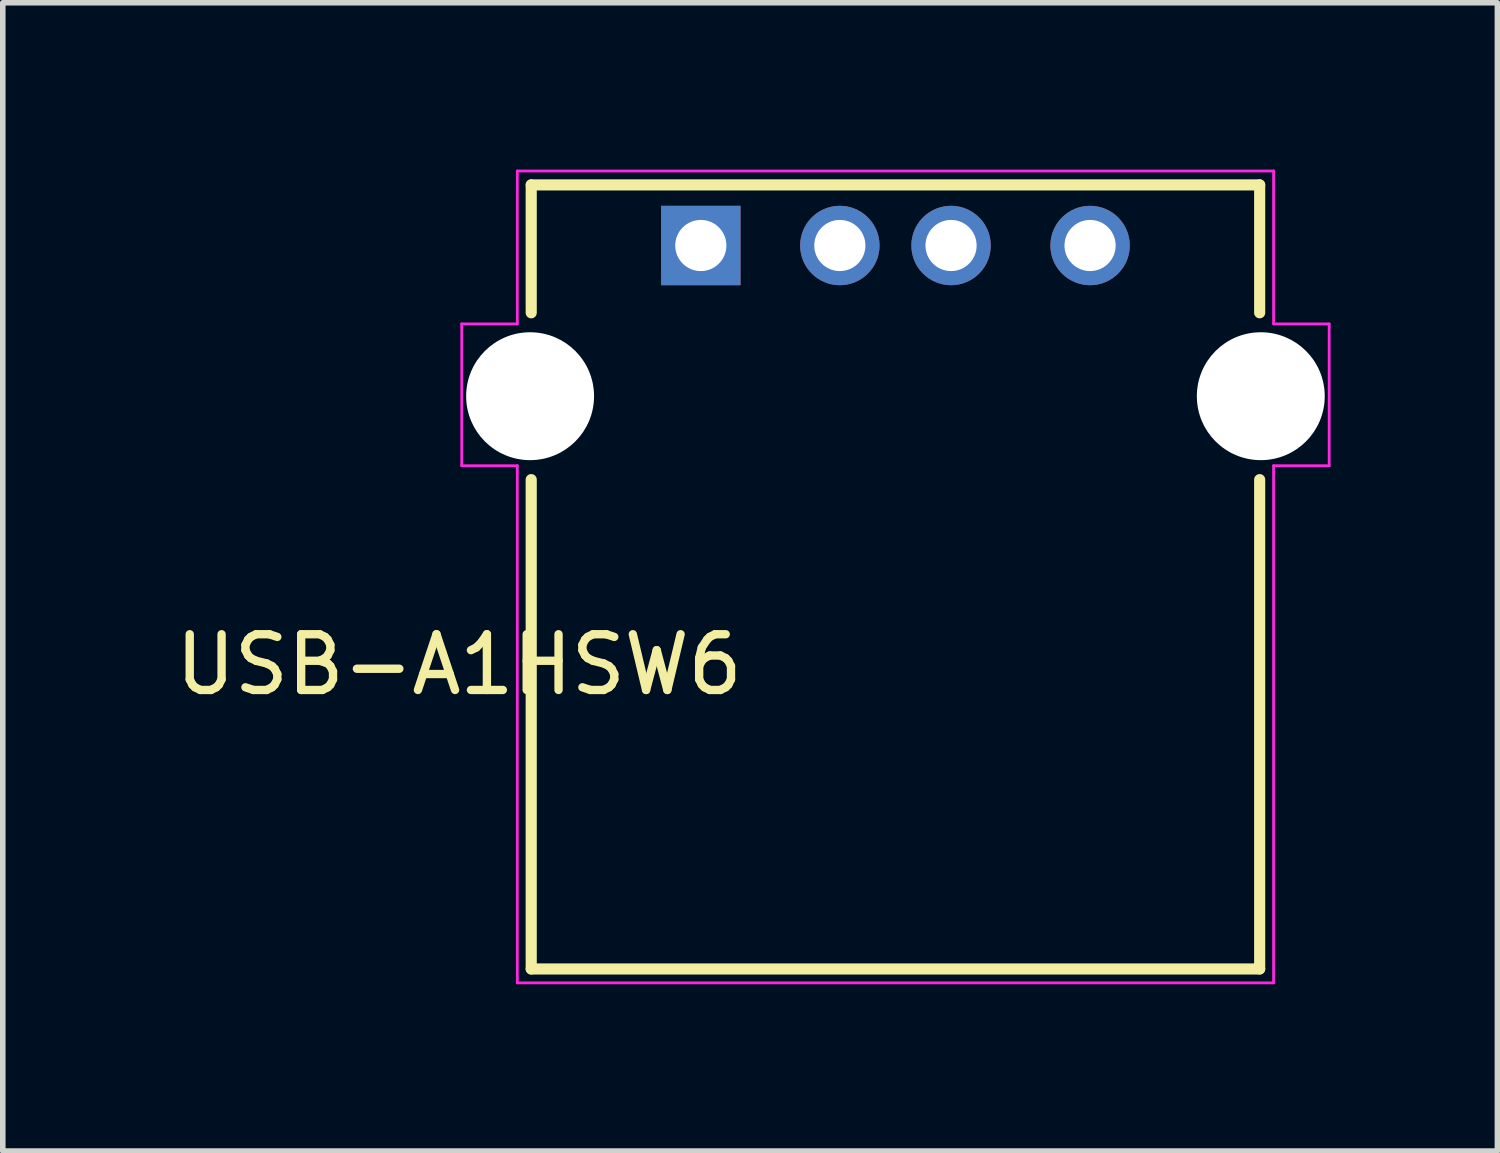
<source format=kicad_pcb>
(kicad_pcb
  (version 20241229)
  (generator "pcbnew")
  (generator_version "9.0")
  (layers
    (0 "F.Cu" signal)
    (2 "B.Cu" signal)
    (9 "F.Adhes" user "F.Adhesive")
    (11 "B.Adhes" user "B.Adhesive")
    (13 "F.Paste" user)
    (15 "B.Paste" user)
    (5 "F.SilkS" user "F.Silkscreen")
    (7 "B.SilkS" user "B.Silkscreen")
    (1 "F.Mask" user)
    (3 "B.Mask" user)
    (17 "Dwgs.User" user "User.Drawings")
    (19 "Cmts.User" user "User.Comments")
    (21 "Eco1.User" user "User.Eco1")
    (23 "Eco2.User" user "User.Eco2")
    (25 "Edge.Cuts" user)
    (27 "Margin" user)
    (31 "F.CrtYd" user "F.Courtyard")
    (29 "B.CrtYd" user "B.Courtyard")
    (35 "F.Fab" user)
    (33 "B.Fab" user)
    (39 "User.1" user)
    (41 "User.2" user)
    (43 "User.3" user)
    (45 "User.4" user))
  (footprint "USB-A1HSW6"
    (layer "F.Cu")
    (at 13.053 7.875)
    (property "Reference" "USB-A1HSW6" (at -7.848 1.027 180) (layer "F.SilkS") (effects (font (size 1.002 1.002) (thickness 0.15))))
    (attr through_hole)
    (fp_line (start -6.55 -7.6) (end 6.55 -7.6) (stroke (width 0.2) (type solid)) (layer "F.SilkS"))
    (fp_line (start -6.55 -5.3) (end -6.55 -7.6) (stroke (width 0.2) (type solid)) (layer "F.SilkS"))
    (fp_line (start -6.55 -2.3) (end -6.55 6.5) (stroke (width 0.2) (type solid)) (layer "F.SilkS"))
    (fp_line (start -6.55 6.5) (end 6.55 6.5) (stroke (width 0.2) (type solid)) (layer "F.SilkS"))
    (fp_line (start 6.55 -7.6) (end 6.55 -5.3) (stroke (width 0.2) (type solid)) (layer "F.SilkS"))
    (fp_line (start 6.55 6.5) (end 6.55 -2.3) (stroke (width 0.2) (type solid)) (layer "F.SilkS"))
    (fp_line (start -7.8 -5.1) (end -6.8 -5.1) (stroke (width 0.05) (type solid)) (layer "F.CrtYd"))
    (fp_line (start -7.8 -2.55) (end -7.8 -5.1) (stroke (width 0.05) (type solid)) (layer "F.CrtYd"))
    (fp_line (start -6.8 -7.85) (end 6.8 -7.85) (stroke (width 0.05) (type solid)) (layer "F.CrtYd"))
    (fp_line (start -6.8 -5.1) (end -6.8 -7.85) (stroke (width 0.05) (type solid)) (layer "F.CrtYd"))
    (fp_line (start -6.8 -2.55) (end -7.8 -2.55) (stroke (width 0.05) (type solid)) (layer "F.CrtYd"))
    (fp_line (start -6.8 6.75) (end -6.8 -2.55) (stroke (width 0.05) (type solid)) (layer "F.CrtYd"))
    (fp_line (start 6.8 -7.85) (end 6.8 -5.1) (stroke (width 0.05) (type solid)) (layer "F.CrtYd"))
    (fp_line (start 6.8 -5.1) (end 7.8 -5.1) (stroke (width 0.05) (type solid)) (layer "F.CrtYd"))
    (fp_line (start 6.8 -2.55) (end 6.8 6.75) (stroke (width 0.05) (type solid)) (layer "F.CrtYd"))
    (fp_line (start 6.8 6.75) (end -6.8 6.75) (stroke (width 0.05) (type solid)) (layer "F.CrtYd"))
    (fp_line (start 7.8 -5.1) (end 7.8 -2.55) (stroke (width 0.05) (type solid)) (layer "F.CrtYd"))
    (fp_line (start 7.8 -2.55) (end 6.8 -2.55) (stroke (width 0.05) (type solid)) (layer "F.CrtYd"))
    (pad "" np_thru_hole circle (at -6.57 -3.8) (size 2.3 2.3) (drill 2.3) (layers "*.Cu" "*.Mask"))
    (pad "" np_thru_hole circle (at 6.57 -3.8) (size 2.3 2.3) (drill 2.3) (layers "*.Cu" "*.Mask"))
    (pad "1" thru_hole rect (at -3.5 -6.51) (size 1.428 1.428) (drill 0.92) (layers "*.Cu" "*.Mask"))
    (pad "2" thru_hole circle (at -1 -6.51) (size 1.428 1.428) (drill 0.92) (layers "*.Cu" "*.Mask"))
    (pad "3" thru_hole circle (at 1 -6.51) (size 1.428 1.428) (drill 0.92) (layers "*.Cu" "*.Mask"))
    (pad "4" thru_hole circle (at 3.5 -6.51) (size 1.428 1.428) (drill 0.92) (layers "*.Cu" "*.Mask")))
  (gr_rect
    (start -3 -3)
    (end 23.878 17.65)
    (stroke (width 0.1) (type default))
    (fill no)
    (layer "Edge.Cuts")))
</source>
